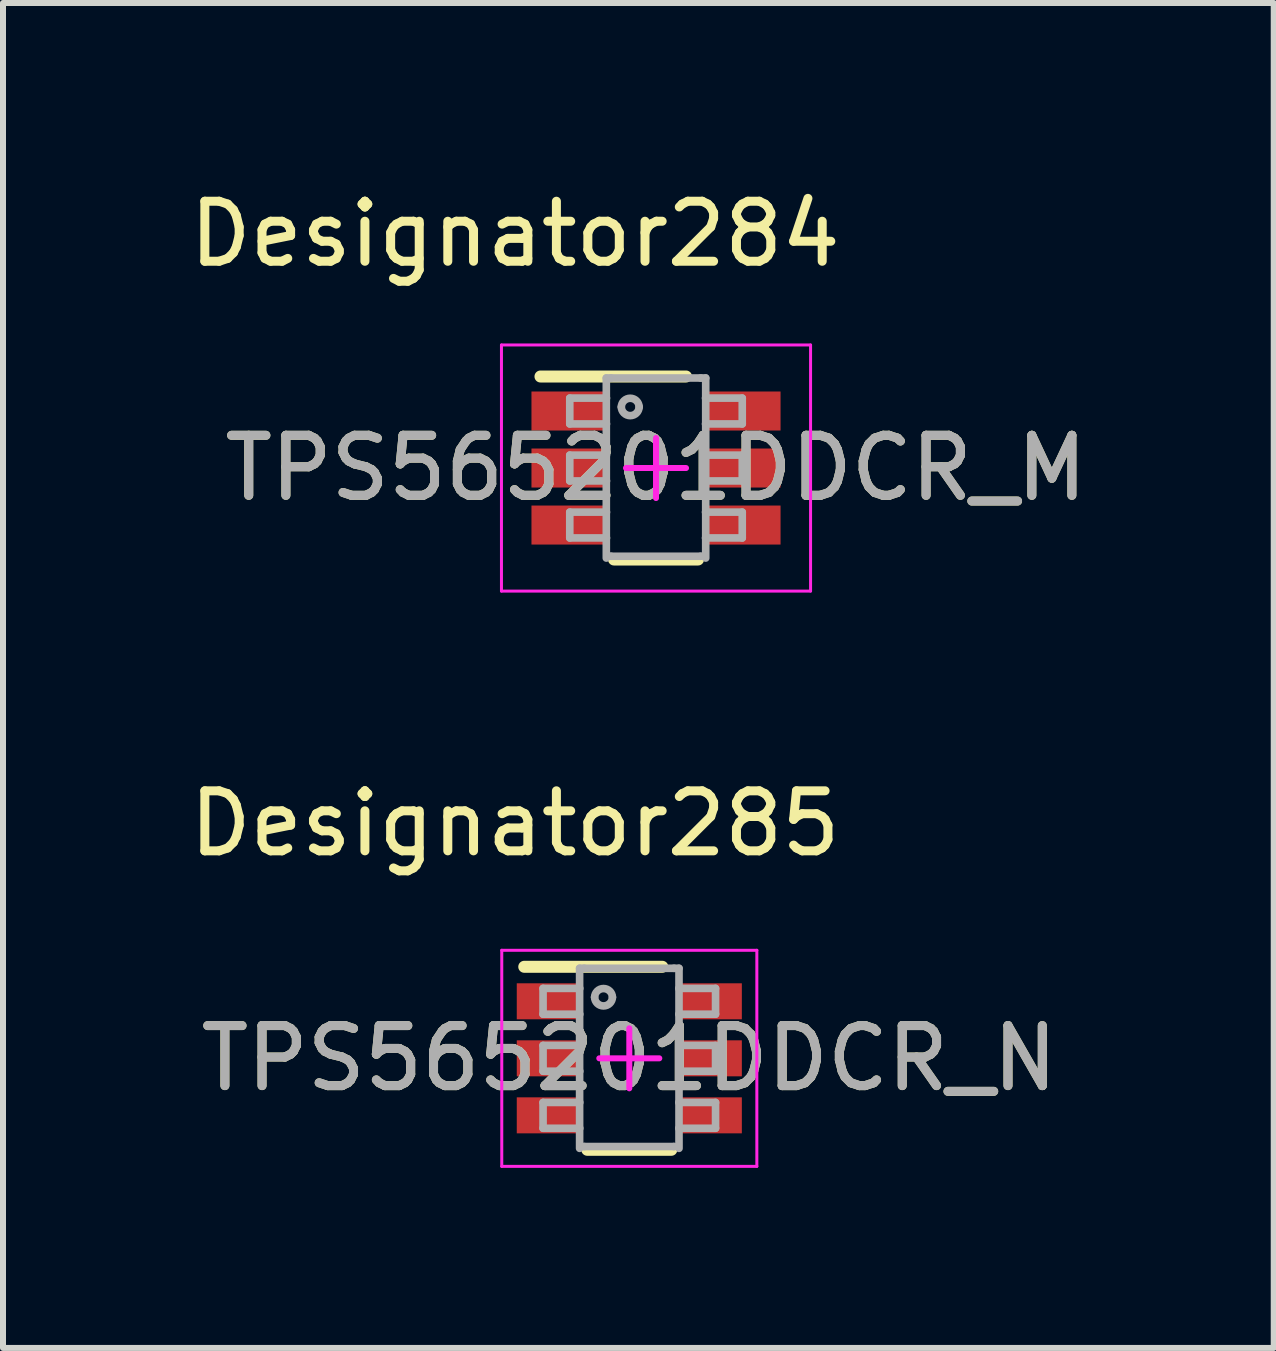
<source format=kicad_pcb>
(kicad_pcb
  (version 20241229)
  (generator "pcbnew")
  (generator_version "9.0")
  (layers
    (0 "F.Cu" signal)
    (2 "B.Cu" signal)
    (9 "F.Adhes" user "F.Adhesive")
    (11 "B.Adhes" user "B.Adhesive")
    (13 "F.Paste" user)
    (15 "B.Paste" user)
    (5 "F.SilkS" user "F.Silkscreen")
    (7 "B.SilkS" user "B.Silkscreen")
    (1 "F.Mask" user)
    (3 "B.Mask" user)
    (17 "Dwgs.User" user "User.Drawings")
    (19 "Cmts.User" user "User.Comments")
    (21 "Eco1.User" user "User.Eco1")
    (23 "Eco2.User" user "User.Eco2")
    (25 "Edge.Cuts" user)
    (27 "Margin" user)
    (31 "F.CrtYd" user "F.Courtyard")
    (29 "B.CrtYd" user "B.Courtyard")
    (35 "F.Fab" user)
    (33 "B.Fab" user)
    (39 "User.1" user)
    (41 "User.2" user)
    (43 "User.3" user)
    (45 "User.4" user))
  (footprint "TPS565201DDCR_M"
    (layer "F.Cu")
    (at 7.88 4.748)
    (property "Reference" "TPS565201DDCR_M" (at 0 0 0) (unlocked yes) (layer "F.SilkS") (effects (font (size 1 1) (thickness 0.15))))
    (attr smd)
    (fp_line (start -1.925 -1.525) (end 0.5 -1.525) (stroke (width 0.2) (type solid)) (layer "F.SilkS"))
    (fp_line (start -0.7 1.524) (end 0.7 1.524) (stroke (width 0.2) (type solid)) (layer "F.SilkS"))
    (fp_line (start -2.575 -2.05) (end 2.575 -2.05) (stroke (width 0.05) (type solid)) (layer "F.CrtYd"))
    (fp_line (start -2.575 2.05) (end -2.575 -2.05) (stroke (width 0.05) (type solid)) (layer "F.CrtYd"))
    (fp_line (start -2.575 2.05) (end 2.575 2.05) (stroke (width 0.05) (type solid)) (layer "F.CrtYd"))
    (fp_line (start -0.5 0) (end 0.5 0) (stroke (width 0.1) (type solid)) (layer "F.CrtYd"))
    (fp_line (start 0 0.5) (end 0 -0.5) (stroke (width 0.1) (type solid)) (layer "F.CrtYd"))
    (fp_line (start 2.575 2.05) (end 2.575 -2.05) (stroke (width 0.05) (type solid)) (layer "F.CrtYd"))
    (fp_line (start -1.437 -1.165) (end -0.825 -1.165) (stroke (width 0.127) (type solid)) (layer "F.Fab"))
    (fp_line (start -1.437 -0.735) (end -1.437 -1.165) (stroke (width 0.127) (type solid)) (layer "F.Fab"))
    (fp_line (start -1.437 -0.735) (end -0.825 -0.735) (stroke (width 0.127) (type solid)) (layer "F.Fab"))
    (fp_line (start -1.437 -0.215) (end -0.825 -0.215) (stroke (width 0.127) (type solid)) (layer "F.Fab"))
    (fp_line (start -1.437 0.215) (end -1.437 -0.215) (stroke (width 0.127) (type solid)) (layer "F.Fab"))
    (fp_line (start -1.437 0.215) (end -0.825 0.215) (stroke (width 0.127) (type solid)) (layer "F.Fab"))
    (fp_line (start -1.437 0.735) (end -0.825 0.735) (stroke (width 0.127) (type solid)) (layer "F.Fab"))
    (fp_line (start -1.437 1.165) (end -1.437 0.735) (stroke (width 0.127) (type solid)) (layer "F.Fab"))
    (fp_line (start -1.437 1.165) (end -0.825 1.165) (stroke (width 0.127) (type solid)) (layer "F.Fab"))
    (fp_line (start -0.828 -1.5) (end 0.828 -1.5) (stroke (width 0.127) (type solid)) (layer "F.Fab"))
    (fp_line (start -0.828 1.5) (end -0.828 -1.5) (stroke (width 0.127) (type solid)) (layer "F.Fab"))
    (fp_line (start -0.754 -1.5) (end -0.75 -1.5) (stroke (width 0.127) (type solid)) (layer "F.Fab"))
    (fp_line (start -0.754 1.47) (end -0.75 1.47) (stroke (width 0.127) (type solid)) (layer "F.Fab"))
    (fp_line (start -0.75 1.47) (end 0.743 1.47) (stroke (width 0.127) (type solid)) (layer "F.Fab"))
    (fp_line (start 0.743 -1.5) (end 0.747 -1.5) (stroke (width 0.127) (type solid)) (layer "F.Fab"))
    (fp_line (start 0.743 1.47) (end 0.747 1.47) (stroke (width 0.127) (type solid)) (layer "F.Fab"))
    (fp_line (start 0.825 -1.165) (end 1.437 -1.165) (stroke (width 0.127) (type solid)) (layer "F.Fab"))
    (fp_line (start 0.825 -0.735) (end 1.437 -0.735) (stroke (width 0.127) (type solid)) (layer "F.Fab"))
    (fp_line (start 0.825 -0.215) (end 1.437 -0.215) (stroke (width 0.127) (type solid)) (layer "F.Fab"))
    (fp_line (start 0.825 0.215) (end 1.437 0.215) (stroke (width 0.127) (type solid)) (layer "F.Fab"))
    (fp_line (start 0.825 0.735) (end 1.437 0.735) (stroke (width 0.127) (type solid)) (layer "F.Fab"))
    (fp_line (start 0.825 1.165) (end 1.437 1.165) (stroke (width 0.127) (type solid)) (layer "F.Fab"))
    (fp_line (start 0.828 1.5) (end 0.828 -1.5) (stroke (width 0.127) (type solid)) (layer "F.Fab"))
    (fp_line (start 1.437 -0.735) (end 1.437 -1.165) (stroke (width 0.127) (type solid)) (layer "F.Fab"))
    (fp_line (start 1.437 0.215) (end 1.437 -0.215) (stroke (width 0.127) (type solid)) (layer "F.Fab"))
    (fp_line (start 1.437 1.165) (end 1.437 0.735) (stroke (width 0.127) (type solid)) (layer "F.Fab"))
    (fp_arc (start -0.578322 -1.017679) (mid -0.429542 -1.166459) (end -0.280761 -1.017679) (stroke (width 0.127) (type solid)) (layer "F.Fab"))
    (fp_arc (start -0.280761 -1.017679) (mid -0.429542 -0.868898) (end -0.578322 -1.017679) (stroke (width 0.127) (type solid)) (layer "F.Fab"))
    (fp_text user "Designator284" (at -2.35 -3.9 0) (unlocked yes) (layer "F.SilkS") (effects (font (size 1 1) (thickness 0.15))))
    (fp_text user "${REFERENCE}" (at 0 0 0) (unlocked yes) (layer "F.Fab") (effects (font (size 1 1) (thickness 0.15))))
    (pad "1" smd rect (at -1.475 -0.95 90) (size 0.65 1.2) (layers "F.Cu" "F.Mask" "F.Paste"))
    (pad "2" smd rect (at -1.475 0 90) (size 0.65 1.2) (layers "F.Cu" "F.Mask" "F.Paste"))
    (pad "3" smd rect (at -1.475 0.95 90) (size 0.65 1.2) (layers "F.Cu" "F.Mask" "F.Paste"))
    (pad "4" smd rect (at 1.475 0.95 90) (size 0.65 1.2) (layers "F.Cu" "F.Mask" "F.Paste"))
    (pad "5" smd rect (at 1.475 0 90) (size 0.65 1.2) (layers "F.Cu" "F.Mask" "F.Paste"))
    (pad "6" smd rect (at 1.475 -0.95 90) (size 0.65 1.2) (layers "F.Cu" "F.Mask" "F.Paste")))
  (footprint "TPS565201DDCR_N"
    (layer "F.Cu")
    (at 7.435 14.583)
    (property "Reference" "TPS565201DDCR_N" (at 0 0 0) (unlocked yes) (layer "F.SilkS") (effects (font (size 1 1) (thickness 0.15))))
    (attr smd)
    (fp_line (start -1.75 -1.525) (end 0.55 -1.525) (stroke (width 0.2) (type solid)) (layer "F.SilkS"))
    (fp_line (start -0.7 1.524) (end 0.7 1.524) (stroke (width 0.2) (type solid)) (layer "F.SilkS"))
    (fp_line (start -2.125 -1.8) (end 2.125 -1.8) (stroke (width 0.05) (type solid)) (layer "F.CrtYd"))
    (fp_line (start -2.125 1.8) (end -2.125 -1.8) (stroke (width 0.05) (type solid)) (layer "F.CrtYd"))
    (fp_line (start -2.125 1.8) (end 2.125 1.8) (stroke (width 0.05) (type solid)) (layer "F.CrtYd"))
    (fp_line (start -0.5 0) (end 0.5 0) (stroke (width 0.1) (type solid)) (layer "F.CrtYd"))
    (fp_line (start 0 0.5) (end 0 -0.5) (stroke (width 0.1) (type solid)) (layer "F.CrtYd"))
    (fp_line (start 2.125 1.8) (end 2.125 -1.8) (stroke (width 0.05) (type solid)) (layer "F.CrtYd"))
    (fp_line (start -1.437 -1.165) (end -0.825 -1.165) (stroke (width 0.127) (type solid)) (layer "F.Fab"))
    (fp_line (start -1.437 -0.735) (end -1.437 -1.165) (stroke (width 0.127) (type solid)) (layer "F.Fab"))
    (fp_line (start -1.437 -0.735) (end -0.825 -0.735) (stroke (width 0.127) (type solid)) (layer "F.Fab"))
    (fp_line (start -1.437 -0.215) (end -0.825 -0.215) (stroke (width 0.127) (type solid)) (layer "F.Fab"))
    (fp_line (start -1.437 0.215) (end -1.437 -0.215) (stroke (width 0.127) (type solid)) (layer "F.Fab"))
    (fp_line (start -1.437 0.215) (end -0.825 0.215) (stroke (width 0.127) (type solid)) (layer "F.Fab"))
    (fp_line (start -1.437 0.735) (end -0.825 0.735) (stroke (width 0.127) (type solid)) (layer "F.Fab"))
    (fp_line (start -1.437 1.165) (end -1.437 0.735) (stroke (width 0.127) (type solid)) (layer "F.Fab"))
    (fp_line (start -1.437 1.165) (end -0.825 1.165) (stroke (width 0.127) (type solid)) (layer "F.Fab"))
    (fp_line (start -0.828 -1.5) (end 0.828 -1.5) (stroke (width 0.127) (type solid)) (layer "F.Fab"))
    (fp_line (start -0.828 1.5) (end -0.828 -1.5) (stroke (width 0.127) (type solid)) (layer "F.Fab"))
    (fp_line (start -0.754 -1.5) (end -0.75 -1.5) (stroke (width 0.127) (type solid)) (layer "F.Fab"))
    (fp_line (start -0.754 1.47) (end -0.75 1.47) (stroke (width 0.127) (type solid)) (layer "F.Fab"))
    (fp_line (start -0.75 1.47) (end 0.743 1.47) (stroke (width 0.127) (type solid)) (layer "F.Fab"))
    (fp_line (start 0.743 -1.5) (end 0.747 -1.5) (stroke (width 0.127) (type solid)) (layer "F.Fab"))
    (fp_line (start 0.743 1.47) (end 0.747 1.47) (stroke (width 0.127) (type solid)) (layer "F.Fab"))
    (fp_line (start 0.825 -1.165) (end 1.437 -1.165) (stroke (width 0.127) (type solid)) (layer "F.Fab"))
    (fp_line (start 0.825 -0.735) (end 1.437 -0.735) (stroke (width 0.127) (type solid)) (layer "F.Fab"))
    (fp_line (start 0.825 -0.215) (end 1.437 -0.215) (stroke (width 0.127) (type solid)) (layer "F.Fab"))
    (fp_line (start 0.825 0.215) (end 1.437 0.215) (stroke (width 0.127) (type solid)) (layer "F.Fab"))
    (fp_line (start 0.825 0.735) (end 1.437 0.735) (stroke (width 0.127) (type solid)) (layer "F.Fab"))
    (fp_line (start 0.825 1.165) (end 1.437 1.165) (stroke (width 0.127) (type solid)) (layer "F.Fab"))
    (fp_line (start 0.828 1.5) (end 0.828 -1.5) (stroke (width 0.127) (type solid)) (layer "F.Fab"))
    (fp_line (start 1.437 -0.735) (end 1.437 -1.165) (stroke (width 0.127) (type solid)) (layer "F.Fab"))
    (fp_line (start 1.437 0.215) (end 1.437 -0.215) (stroke (width 0.127) (type solid)) (layer "F.Fab"))
    (fp_line (start 1.437 1.165) (end 1.437 0.735) (stroke (width 0.127) (type solid)) (layer "F.Fab"))
    (fp_arc (start -0.578322 -1.017679) (mid -0.429542 -1.166459) (end -0.280761 -1.017679) (stroke (width 0.127) (type solid)) (layer "F.Fab"))
    (fp_arc (start -0.280761 -1.017679) (mid -0.429542 -0.868898) (end -0.578322 -1.017679) (stroke (width 0.127) (type solid)) (layer "F.Fab"))
    (fp_text user "Designator285" (at -1.905 -3.912 0) (unlocked yes) (layer "F.SilkS") (effects (font (size 1 1) (thickness 0.15))))
    (fp_text user "${REFERENCE}" (at 0 0 0) (unlocked yes) (layer "F.Fab") (effects (font (size 1 1) (thickness 0.15))))
    (pad "1" smd rect (at -1.375 -0.95 90) (size 0.6 1) (layers "F.Cu" "F.Mask" "F.Paste"))
    (pad "2" smd rect (at -1.375 0 90) (size 0.6 1) (layers "F.Cu" "F.Mask" "F.Paste"))
    (pad "3" smd rect (at -1.375 0.95 90) (size 0.6 1) (layers "F.Cu" "F.Mask" "F.Paste"))
    (pad "4" smd rect (at 1.375 0.95 90) (size 0.6 1) (layers "F.Cu" "F.Mask" "F.Paste"))
    (pad "5" smd rect (at 1.375 0 90) (size 0.6 1) (layers "F.Cu" "F.Mask" "F.Paste"))
    (pad "6" smd rect (at 1.375 -0.95 90) (size 0.6 1) (layers "F.Cu" "F.Mask" "F.Paste")))
  (gr_rect
    (start -3 -3)
    (end 18.172 19.408)
    (stroke (width 0.1) (type default))
    (fill no)
    (layer "Edge.Cuts")))
</source>
